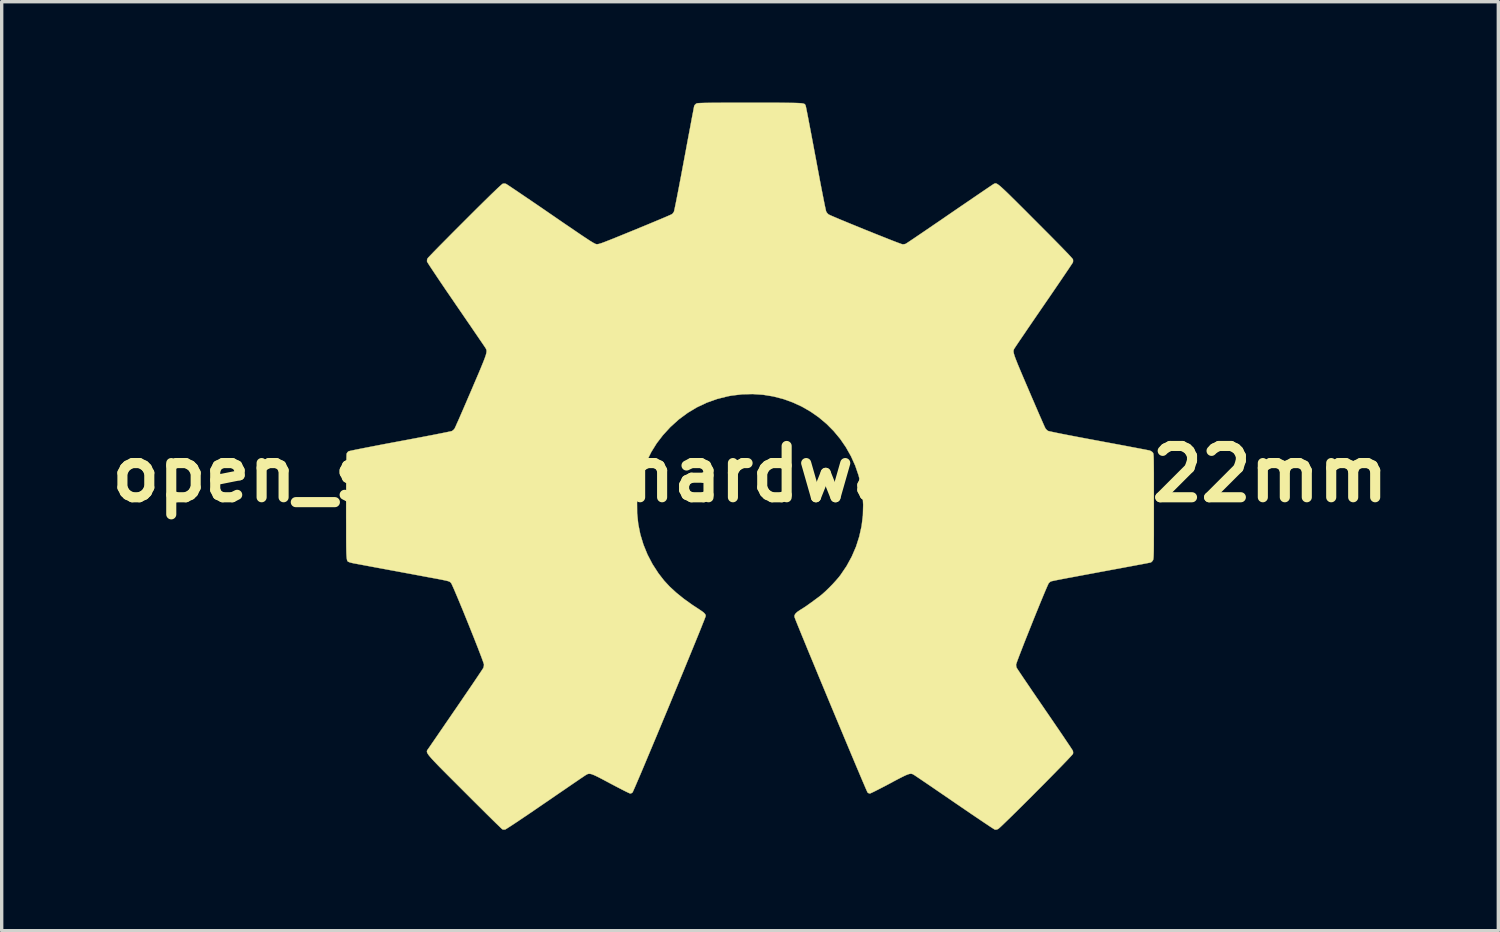
<source format=kicad_pcb>
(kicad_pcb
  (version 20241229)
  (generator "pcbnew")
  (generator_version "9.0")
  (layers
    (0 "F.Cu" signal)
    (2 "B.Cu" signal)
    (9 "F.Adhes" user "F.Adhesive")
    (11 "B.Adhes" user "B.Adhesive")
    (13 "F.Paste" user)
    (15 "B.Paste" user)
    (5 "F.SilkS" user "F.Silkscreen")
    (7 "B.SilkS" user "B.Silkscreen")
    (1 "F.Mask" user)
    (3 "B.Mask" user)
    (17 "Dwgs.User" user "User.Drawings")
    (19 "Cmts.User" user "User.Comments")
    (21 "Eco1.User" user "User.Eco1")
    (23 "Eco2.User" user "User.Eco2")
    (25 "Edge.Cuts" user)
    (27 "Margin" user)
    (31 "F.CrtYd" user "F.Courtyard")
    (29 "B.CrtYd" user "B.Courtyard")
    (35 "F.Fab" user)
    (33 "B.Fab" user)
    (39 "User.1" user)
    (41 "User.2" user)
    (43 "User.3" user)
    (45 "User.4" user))
  (footprint "open_source_hardware_30x22mm"
    (layer "F.Cu")
    (at 19.239 11.038)
    (property "Reference" "open_source_hardware_30x22mm" (at 0 0 0) (layer "F.SilkS") (effects (font (size 1.524 1.524) (thickness 0.3))))
    (attr through_hole)
    (fp_poly (pts (xy 0.695 -11.033) (xy 0.873 -11.033) (xy 1.026 -11.032) (xy 1.156 -11.031) (xy 1.266 -11.03) (xy 1.358 -11.028) (xy 1.432 -11.025) (xy 1.491 -11.022) (xy 1.538 -11.018) (xy 1.573 -11.012) (xy 1.598 -11.006) (xy 1.616 -10.999) (xy 1.628 -10.991) (xy 1.636 -10.981) (xy 1.643 -10.97) (xy 1.649 -10.958) (xy 1.651 -10.954) (xy 1.656 -10.934) (xy 1.667 -10.885) (xy 1.682 -10.81) (xy 1.702 -10.71) (xy 1.726 -10.587) (xy 1.753 -10.444) (xy 1.784 -10.282) (xy 1.818 -10.104) (xy 1.854 -9.913) (xy 1.892 -9.71) (xy 1.932 -9.497) (xy 1.953 -9.387) (xy 1.997 -9.15) (xy 2.039 -8.927) (xy 2.078 -8.718) (xy 2.115 -8.526) (xy 2.149 -8.352) (xy 2.179 -8.199) (xy 2.205 -8.067) (xy 2.227 -7.96) (xy 2.245 -7.878) (xy 2.257 -7.823) (xy 2.265 -7.798) (xy 2.265 -7.797) (xy 2.295 -7.753) (xy 2.331 -7.718) (xy 2.333 -7.717) (xy 2.358 -7.704) (xy 2.409 -7.68) (xy 2.484 -7.648) (xy 2.578 -7.608) (xy 2.691 -7.56) (xy 2.818 -7.508) (xy 2.957 -7.45) (xy 3.105 -7.39) (xy 3.258 -7.327) (xy 3.415 -7.263) (xy 3.573 -7.2) (xy 3.728 -7.137) (xy 3.877 -7.078) (xy 4.018 -7.022) (xy 4.148 -6.97) (xy 4.264 -6.925) (xy 4.363 -6.887) (xy 4.443 -6.857) (xy 4.5 -6.837) (xy 4.531 -6.827) (xy 4.535 -6.826) (xy 4.585 -6.831) (xy 4.623 -6.84) (xy 4.641 -6.851) (xy 4.684 -6.879) (xy 4.749 -6.922) (xy 4.834 -6.979) (xy 4.939 -7.05) (xy 5.06 -7.132) (xy 5.197 -7.225) (xy 5.346 -7.327) (xy 5.507 -7.437) (xy 5.678 -7.553) (xy 5.856 -7.676) (xy 5.938 -7.732) (xy 6.119 -7.856) (xy 6.293 -7.975) (xy 6.459 -8.088) (xy 6.614 -8.194) (xy 6.756 -8.291) (xy 6.884 -8.378) (xy 6.996 -8.454) (xy 7.09 -8.518) (xy 7.164 -8.568) (xy 7.216 -8.603) (xy 7.245 -8.621) (xy 7.25 -8.624) (xy 7.265 -8.631) (xy 7.279 -8.636) (xy 7.295 -8.638) (xy 7.312 -8.636) (xy 7.333 -8.628) (xy 7.358 -8.613) (xy 7.39 -8.59) (xy 7.43 -8.559) (xy 7.478 -8.516) (xy 7.537 -8.462) (xy 7.608 -8.395) (xy 7.692 -8.314) (xy 7.79 -8.217) (xy 7.905 -8.104) (xy 8.036 -7.973) (xy 8.187 -7.823) (xy 8.357 -7.652) (xy 8.488 -7.521) (xy 8.69 -7.318) (xy 8.87 -7.138) (xy 9.028 -6.978) (xy 9.166 -6.838) (xy 9.283 -6.718) (xy 9.381 -6.617) (xy 9.46 -6.535) (xy 9.52 -6.47) (xy 9.563 -6.422) (xy 9.589 -6.391) (xy 9.598 -6.376) (xy 9.601 -6.328) (xy 9.595 -6.292) (xy 9.584 -6.273) (xy 9.556 -6.231) (xy 9.513 -6.166) (xy 9.456 -6.08) (xy 9.385 -5.976) (xy 9.303 -5.855) (xy 9.211 -5.719) (xy 9.109 -5.57) (xy 9 -5.41) (xy 8.884 -5.24) (xy 8.762 -5.063) (xy 8.723 -5.006) (xy 8.6 -4.827) (xy 8.482 -4.655) (xy 8.37 -4.491) (xy 8.265 -4.338) (xy 8.17 -4.197) (xy 8.084 -4.071) (xy 8.009 -3.961) (xy 7.947 -3.869) (xy 7.899 -3.797) (xy 7.866 -3.747) (xy 7.849 -3.72) (xy 7.847 -3.717) (xy 7.839 -3.698) (xy 7.833 -3.679) (xy 7.83 -3.657) (xy 7.831 -3.631) (xy 7.836 -3.598) (xy 7.847 -3.557) (xy 7.863 -3.506) (xy 7.886 -3.441) (xy 7.917 -3.362) (xy 7.955 -3.266) (xy 8.003 -3.151) (xy 8.06 -3.015) (xy 8.128 -2.855) (xy 8.207 -2.671) (xy 8.288 -2.482) (xy 8.363 -2.306) (xy 8.436 -2.138) (xy 8.504 -1.98) (xy 8.567 -1.834) (xy 8.624 -1.703) (xy 8.674 -1.59) (xy 8.715 -1.496) (xy 8.747 -1.424) (xy 8.769 -1.377) (xy 8.779 -1.357) (xy 8.813 -1.316) (xy 8.853 -1.283) (xy 8.876 -1.276) (xy 8.93 -1.263) (xy 9.011 -1.246) (xy 9.12 -1.223) (xy 9.254 -1.196) (xy 9.413 -1.165) (xy 9.595 -1.13) (xy 9.798 -1.091) (xy 10.022 -1.049) (xy 10.264 -1.004) (xy 10.366 -0.985) (xy 10.579 -0.945) (xy 10.783 -0.907) (xy 10.977 -0.871) (xy 11.159 -0.837) (xy 11.325 -0.805) (xy 11.474 -0.777) (xy 11.604 -0.752) (xy 11.712 -0.732) (xy 11.796 -0.715) (xy 11.854 -0.704) (xy 11.884 -0.697) (xy 11.886 -0.696) (xy 11.933 -0.672) (xy 11.97 -0.64) (xy 11.975 -0.632) (xy 11.979 -0.624) (xy 11.984 -0.612) (xy 11.987 -0.594) (xy 11.99 -0.57) (xy 11.993 -0.536) (xy 11.995 -0.491) (xy 11.997 -0.434) (xy 11.998 -0.362) (xy 11.999 -0.273) (xy 12 -0.165) (xy 12.001 -0.037) (xy 12.001 0.114) (xy 12.001 0.288) (xy 12.001 0.489) (xy 12.001 0.718) (xy 12.001 0.959) (xy 12.001 1.216) (xy 12.001 1.443) (xy 12.001 1.642) (xy 12.001 1.816) (xy 12 1.965) (xy 12 2.092) (xy 11.999 2.198) (xy 11.998 2.287) (xy 11.996 2.359) (xy 11.994 2.416) (xy 11.992 2.461) (xy 11.989 2.494) (xy 11.986 2.519) (xy 11.983 2.538) (xy 11.979 2.551) (xy 11.974 2.561) (xy 11.971 2.566) (xy 11.943 2.602) (xy 11.915 2.624) (xy 11.911 2.625) (xy 11.888 2.631) (xy 11.838 2.641) (xy 11.767 2.655) (xy 11.679 2.672) (xy 11.581 2.69) (xy 11.541 2.697) (xy 11.443 2.716) (xy 11.319 2.739) (xy 11.178 2.765) (xy 11.025 2.794) (xy 10.867 2.823) (xy 10.71 2.852) (xy 10.604 2.872) (xy 10.441 2.902) (xy 10.26 2.936) (xy 10.072 2.971) (xy 9.884 3.006) (xy 9.707 3.039) (xy 9.548 3.069) (xy 9.486 3.08) (xy 9.36 3.104) (xy 9.244 3.126) (xy 9.141 3.146) (xy 9.055 3.164) (xy 8.99 3.178) (xy 8.95 3.187) (xy 8.938 3.191) (xy 8.91 3.211) (xy 8.879 3.241) (xy 8.867 3.262) (xy 8.845 3.31) (xy 8.813 3.382) (xy 8.773 3.475) (xy 8.726 3.587) (xy 8.673 3.715) (xy 8.615 3.855) (xy 8.554 4.006) (xy 8.489 4.165) (xy 8.423 4.328) (xy 8.357 4.494) (xy 8.291 4.659) (xy 8.227 4.82) (xy 8.165 4.975) (xy 8.108 5.122) (xy 8.056 5.256) (xy 8.009 5.377) (xy 7.97 5.48) (xy 7.939 5.563) (xy 7.918 5.624) (xy 7.907 5.659) (xy 7.906 5.666) (xy 7.911 5.715) (xy 7.92 5.751) (xy 7.931 5.769) (xy 7.959 5.812) (xy 8.002 5.877) (xy 8.059 5.962) (xy 8.129 6.066) (xy 8.211 6.187) (xy 8.303 6.322) (xy 8.403 6.47) (xy 8.512 6.629) (xy 8.627 6.797) (xy 8.747 6.972) (xy 8.756 6.986) (xy 8.877 7.162) (xy 8.992 7.33) (xy 9.101 7.49) (xy 9.203 7.639) (xy 9.296 7.776) (xy 9.378 7.898) (xy 9.449 8.004) (xy 9.508 8.091) (xy 9.552 8.158) (xy 9.581 8.203) (xy 9.594 8.224) (xy 9.594 8.224) (xy 9.602 8.271) (xy 9.598 8.312) (xy 9.585 8.33) (xy 9.552 8.368) (xy 9.499 8.425) (xy 9.43 8.499) (xy 9.345 8.587) (xy 9.248 8.688) (xy 9.138 8.8) (xy 9.02 8.921) (xy 8.894 9.049) (xy 8.762 9.183) (xy 8.626 9.32) (xy 8.488 9.458) (xy 8.351 9.597) (xy 8.215 9.732) (xy 8.082 9.864) (xy 7.955 9.99) (xy 7.836 10.107) (xy 7.726 10.215) (xy 7.627 10.311) (xy 7.541 10.394) (xy 7.471 10.461) (xy 7.417 10.511) (xy 7.381 10.541) (xy 7.369 10.55) (xy 7.319 10.566) (xy 7.277 10.566) (xy 7.258 10.555) (xy 7.215 10.528) (xy 7.15 10.486) (xy 7.065 10.429) (xy 6.961 10.36) (xy 6.841 10.279) (xy 6.706 10.188) (xy 6.558 10.088) (xy 6.4 9.98) (xy 6.233 9.866) (xy 6.069 9.754) (xy 5.896 9.635) (xy 5.729 9.521) (xy 5.571 9.413) (xy 5.424 9.312) (xy 5.289 9.22) (xy 5.169 9.139) (xy 5.065 9.068) (xy 4.98 9.011) (xy 4.916 8.968) (xy 4.874 8.94) (xy 4.856 8.929) (xy 4.83 8.916) (xy 4.804 8.908) (xy 4.777 8.906) (xy 4.743 8.91) (xy 4.702 8.921) (xy 4.65 8.941) (xy 4.584 8.971) (xy 4.501 9.012) (xy 4.398 9.065) (xy 4.273 9.131) (xy 4.145 9.2) (xy 4.023 9.265) (xy 3.908 9.324) (xy 3.804 9.378) (xy 3.715 9.423) (xy 3.643 9.458) (xy 3.591 9.482) (xy 3.564 9.493) (xy 3.561 9.493) (xy 3.524 9.483) (xy 3.495 9.465) (xy 3.487 9.449) (xy 3.467 9.405) (xy 3.436 9.335) (xy 3.396 9.241) (xy 3.346 9.125) (xy 3.288 8.988) (xy 3.223 8.834) (xy 3.15 8.662) (xy 3.072 8.476) (xy 2.988 8.276) (xy 2.9 8.066) (xy 2.808 7.846) (xy 2.713 7.618) (xy 2.615 7.384) (xy 2.516 7.147) (xy 2.416 6.907) (xy 2.316 6.667) (xy 2.217 6.428) (xy 2.119 6.193) (xy 2.023 5.962) (xy 1.931 5.738) (xy 1.842 5.523) (xy 1.757 5.319) (xy 1.678 5.127) (xy 1.605 4.948) (xy 1.538 4.786) (xy 1.479 4.641) (xy 1.428 4.516) (xy 1.386 4.413) (xy 1.354 4.332) (xy 1.333 4.276) (xy 1.322 4.247) (xy 1.322 4.245) (xy 1.323 4.198) (xy 1.349 4.151) (xy 1.401 4.1) (xy 1.481 4.045) (xy 1.504 4.031) (xy 1.556 3.999) (xy 1.61 3.964) (xy 1.669 3.925) (xy 1.736 3.877) (xy 1.817 3.819) (xy 1.914 3.748) (xy 2.032 3.661) (xy 2.064 3.637) (xy 2.148 3.569) (xy 2.245 3.482) (xy 2.348 3.382) (xy 2.452 3.276) (xy 2.55 3.169) (xy 2.637 3.068) (xy 2.687 3.004) (xy 2.869 2.736) (xy 3.023 2.454) (xy 3.15 2.16) (xy 3.247 1.856) (xy 3.316 1.546) (xy 3.355 1.23) (xy 3.363 0.912) (xy 3.349 0.673) (xy 3.302 0.353) (xy 3.228 0.044) (xy 3.127 -0.251) (xy 3 -0.532) (xy 2.85 -0.798) (xy 2.679 -1.047) (xy 2.486 -1.279) (xy 2.275 -1.491) (xy 2.046 -1.684) (xy 1.801 -1.855) (xy 1.541 -2.005) (xy 1.269 -2.13) (xy 0.985 -2.232) (xy 0.691 -2.308) (xy 0.389 -2.357) (xy 0.081 -2.378) (xy -0.233 -2.37) (xy -0.551 -2.332) (xy -0.667 -2.31) (xy -0.984 -2.23) (xy -1.288 -2.121) (xy -1.578 -1.984) (xy -1.854 -1.818) (xy -2.115 -1.625) (xy -2.36 -1.404) (xy -2.374 -1.39) (xy -2.589 -1.155) (xy -2.776 -0.911) (xy -2.936 -0.653) (xy -3.071 -0.378) (xy -3.183 -0.087) (xy -3.272 0.225) (xy -3.33 0.54) (xy -3.358 0.856) (xy -3.355 1.171) (xy -3.322 1.485) (xy -3.26 1.794) (xy -3.168 2.096) (xy -3.048 2.391) (xy -2.899 2.676) (xy -2.723 2.948) (xy -2.553 3.167) (xy -2.389 3.344) (xy -2.195 3.523) (xy -1.971 3.704) (xy -1.716 3.887) (xy -1.551 3.995) (xy -1.464 4.053) (xy -1.4 4.098) (xy -1.358 4.135) (xy -1.332 4.166) (xy -1.32 4.195) (xy -1.318 4.218) (xy -1.324 4.238) (xy -1.341 4.285) (xy -1.369 4.358) (xy -1.408 4.455) (xy -1.455 4.574) (xy -1.511 4.713) (xy -1.575 4.87) (xy -1.646 5.044) (xy -1.723 5.232) (xy -1.806 5.434) (xy -1.893 5.646) (xy -1.984 5.868) (xy -2.079 6.097) (xy -2.176 6.332) (xy -2.275 6.571) (xy -2.374 6.812) (xy -2.474 7.053) (xy -2.574 7.292) (xy -2.672 7.528) (xy -2.768 7.759) (xy -2.862 7.983) (xy -2.952 8.198) (xy -3.038 8.402) (xy -3.118 8.594) (xy -3.193 8.772) (xy -3.261 8.933) (xy -3.323 9.077) (xy -3.376 9.201) (xy -3.42 9.303) (xy -3.455 9.382) (xy -3.479 9.436) (xy -3.493 9.463) (xy -3.494 9.465) (xy -3.531 9.487) (xy -3.56 9.493) (xy -3.58 9.486) (xy -3.626 9.465) (xy -3.693 9.433) (xy -3.778 9.39) (xy -3.878 9.338) (xy -3.99 9.28) (xy -4.111 9.216) (xy -4.142 9.2) (xy -4.29 9.121) (xy -4.412 9.056) (xy -4.513 9.004) (xy -4.595 8.964) (xy -4.66 8.936) (xy -4.712 8.917) (xy -4.754 8.908) (xy -4.789 8.907) (xy -4.819 8.913) (xy -4.848 8.925) (xy -4.878 8.943) (xy -4.895 8.954) (xy -4.92 8.97) (xy -4.968 9.003) (xy -5.039 9.05) (xy -5.129 9.112) (xy -5.238 9.186) (xy -5.362 9.271) (xy -5.5 9.366) (xy -5.65 9.468) (xy -5.81 9.578) (xy -5.977 9.693) (xy -6.104 9.779) (xy -6.276 9.897) (xy -6.441 10.01) (xy -6.597 10.116) (xy -6.741 10.213) (xy -6.873 10.302) (xy -6.99 10.38) (xy -7.09 10.446) (xy -7.171 10.498) (xy -7.232 10.537) (xy -7.269 10.559) (xy -7.281 10.565) (xy -7.326 10.565) (xy -7.358 10.558) (xy -7.374 10.545) (xy -7.41 10.511) (xy -7.465 10.457) (xy -7.539 10.386) (xy -7.628 10.299) (xy -7.732 10.196) (xy -7.849 10.081) (xy -7.977 9.953) (xy -8.115 9.816) (xy -8.262 9.67) (xy -8.415 9.517) (xy -8.49 9.442) (xy -8.676 9.256) (xy -8.842 9.09) (xy -8.987 8.945) (xy -9.114 8.817) (xy -9.223 8.707) (xy -9.315 8.612) (xy -9.392 8.531) (xy -9.455 8.463) (xy -9.505 8.406) (xy -9.544 8.359) (xy -9.571 8.321) (xy -9.59 8.289) (xy -9.599 8.263) (xy -9.602 8.242) (xy -9.599 8.223) (xy -9.591 8.205) (xy -9.579 8.188) (xy -9.565 8.168) (xy -9.553 8.152) (xy -9.536 8.127) (xy -9.502 8.078) (xy -9.454 8.007) (xy -9.391 7.916) (xy -9.316 7.807) (xy -9.231 7.682) (xy -9.135 7.543) (xy -9.032 7.392) (xy -8.922 7.232) (xy -8.807 7.064) (xy -8.718 6.935) (xy -8.601 6.764) (xy -8.489 6.599) (xy -8.383 6.444) (xy -8.284 6.299) (xy -8.195 6.167) (xy -8.116 6.05) (xy -8.049 5.95) (xy -7.994 5.868) (xy -7.954 5.807) (xy -7.929 5.768) (xy -7.922 5.755) (xy -7.91 5.707) (xy -7.906 5.662) (xy -7.912 5.637) (xy -7.929 5.585) (xy -7.956 5.51) (xy -7.992 5.413) (xy -8.036 5.299) (xy -8.086 5.168) (xy -8.142 5.026) (xy -8.202 4.873) (xy -8.266 4.713) (xy -8.332 4.548) (xy -8.399 4.382) (xy -8.466 4.217) (xy -8.531 4.056) (xy -8.595 3.902) (xy -8.655 3.757) (xy -8.711 3.624) (xy -8.761 3.506) (xy -8.804 3.406) (xy -8.84 3.326) (xy -8.866 3.269) (xy -8.883 3.239) (xy -8.885 3.235) (xy -8.899 3.222) (xy -8.912 3.21) (xy -8.928 3.199) (xy -8.951 3.189) (xy -8.983 3.179) (xy -9.026 3.168) (xy -9.085 3.155) (xy -9.162 3.139) (xy -9.26 3.12) (xy -9.382 3.097) (xy -9.531 3.07) (xy -9.596 3.058) (xy -9.712 3.036) (xy -9.846 3.011) (xy -9.996 2.983) (xy -10.157 2.953) (xy -10.326 2.922) (xy -10.501 2.889) (xy -10.677 2.857) (xy -10.852 2.824) (xy -11.021 2.793) (xy -11.182 2.763) (xy -11.332 2.735) (xy -11.466 2.71) (xy -11.582 2.688) (xy -11.676 2.671) (xy -11.745 2.658) (xy -11.779 2.652) (xy -11.837 2.639) (xy -11.89 2.625) (xy -11.911 2.617) (xy -11.926 2.611) (xy -11.939 2.606) (xy -11.95 2.599) (xy -11.96 2.588) (xy -11.969 2.572) (xy -11.976 2.549) (xy -11.982 2.516) (xy -11.987 2.473) (xy -11.991 2.416) (xy -11.995 2.345) (xy -11.997 2.258) (xy -11.999 2.152) (xy -12 2.026) (xy -12.001 1.877) (xy -12.001 1.705) (xy -12.001 1.507) (xy -12.002 1.281) (xy -12.002 1.026) (xy -12.002 0.97) (xy -12.001 0.712) (xy -12.001 0.473) (xy -12 0.254) (xy -11.999 0.057) (xy -11.998 -0.118) (xy -11.996 -0.268) (xy -11.994 -0.393) (xy -11.992 -0.491) (xy -11.99 -0.56) (xy -11.988 -0.6) (xy -11.986 -0.609) (xy -11.961 -0.649) (xy -11.934 -0.674) (xy -11.912 -0.681) (xy -11.861 -0.693) (xy -11.782 -0.71) (xy -11.676 -0.732) (xy -11.545 -0.758) (xy -11.391 -0.788) (xy -11.216 -0.822) (xy -11.02 -0.86) (xy -10.806 -0.901) (xy -10.575 -0.944) (xy -10.399 -0.977) (xy -10.185 -1.017) (xy -9.979 -1.056) (xy -9.783 -1.093) (xy -9.6 -1.128) (xy -9.432 -1.16) (xy -9.281 -1.19) (xy -9.15 -1.216) (xy -9.04 -1.238) (xy -8.954 -1.256) (xy -8.893 -1.269) (xy -8.862 -1.277) (xy -8.858 -1.278) (xy -8.816 -1.309) (xy -8.783 -1.345) (xy -8.772 -1.367) (xy -8.749 -1.415) (xy -8.717 -1.488) (xy -8.674 -1.582) (xy -8.624 -1.697) (xy -8.567 -1.828) (xy -8.503 -1.975) (xy -8.434 -2.134) (xy -8.362 -2.303) (xy -8.289 -2.471) (xy -8.199 -2.683) (xy -8.12 -2.867) (xy -8.052 -3.026) (xy -7.995 -3.163) (xy -7.948 -3.278) (xy -7.909 -3.375) (xy -7.879 -3.455) (xy -7.856 -3.52) (xy -7.841 -3.573) (xy -7.832 -3.615) (xy -7.829 -3.649) (xy -7.83 -3.677) (xy -7.836 -3.7) (xy -7.846 -3.722) (xy -7.858 -3.743) (xy -7.871 -3.764) (xy -7.887 -3.787) (xy -7.919 -3.835) (xy -7.966 -3.904) (xy -8.028 -3.994) (xy -8.102 -4.103) (xy -8.187 -4.227) (xy -8.282 -4.367) (xy -8.386 -4.518) (xy -8.497 -4.68) (xy -8.614 -4.851) (xy -8.736 -5.028) (xy -8.753 -5.054) (xy -8.874 -5.231) (xy -8.991 -5.401) (xy -9.101 -5.563) (xy -9.203 -5.714) (xy -9.296 -5.852) (xy -9.379 -5.977) (xy -9.451 -6.085) (xy -9.51 -6.174) (xy -9.555 -6.244) (xy -9.585 -6.292) (xy -9.598 -6.315) (xy -9.599 -6.317) (xy -9.597 -6.368) (xy -9.583 -6.407) (xy -9.569 -6.425) (xy -9.533 -6.463) (xy -9.478 -6.521) (xy -9.406 -6.596) (xy -9.317 -6.687) (xy -9.214 -6.792) (xy -9.097 -6.91) (xy -8.969 -7.039) (xy -8.832 -7.178) (xy -8.686 -7.324) (xy -8.533 -7.477) (xy -8.474 -7.536) (xy -8.275 -7.735) (xy -8.097 -7.912) (xy -7.94 -8.067) (xy -7.802 -8.202) (xy -7.685 -8.317) (xy -7.585 -8.413) (xy -7.504 -8.491) (xy -7.44 -8.55) (xy -7.392 -8.593) (xy -7.361 -8.619) (xy -7.344 -8.629) (xy -7.343 -8.63) (xy -7.294 -8.633) (xy -7.255 -8.625) (xy -7.236 -8.614) (xy -7.193 -8.586) (xy -7.128 -8.543) (xy -7.042 -8.485) (xy -6.937 -8.415) (xy -6.815 -8.332) (xy -6.678 -8.239) (xy -6.527 -8.137) (xy -6.366 -8.027) (xy -6.194 -7.91) (xy -6.015 -7.787) (xy -5.922 -7.723) (xy -5.708 -7.576) (xy -5.519 -7.446) (xy -5.352 -7.333) (xy -5.207 -7.234) (xy -5.081 -7.148) (xy -4.974 -7.076) (xy -4.884 -7.016) (xy -4.808 -6.966) (xy -4.746 -6.926) (xy -4.695 -6.895) (xy -4.655 -6.871) (xy -4.623 -6.854) (xy -4.599 -6.842) (xy -4.58 -6.835) (xy -4.565 -6.831) (xy -4.558 -6.83) (xy -4.542 -6.83) (xy -4.523 -6.832) (xy -4.498 -6.837) (xy -4.465 -6.846) (xy -4.423 -6.859) (xy -4.369 -6.878) (xy -4.301 -6.904) (xy -4.217 -6.937) (xy -4.115 -6.977) (xy -3.993 -7.026) (xy -3.848 -7.085) (xy -3.679 -7.154) (xy -3.483 -7.234) (xy -3.413 -7.262) (xy -3.238 -7.335) (xy -3.07 -7.404) (xy -2.914 -7.469) (xy -2.77 -7.529) (xy -2.641 -7.583) (xy -2.53 -7.63) (xy -2.44 -7.669) (xy -2.371 -7.699) (xy -2.328 -7.72) (xy -2.312 -7.728) (xy -2.283 -7.763) (xy -2.26 -7.798) (xy -2.254 -7.82) (xy -2.243 -7.871) (xy -2.227 -7.948) (xy -2.206 -8.05) (xy -2.181 -8.175) (xy -2.153 -8.319) (xy -2.121 -8.482) (xy -2.087 -8.661) (xy -2.05 -8.854) (xy -2.012 -9.058) (xy -1.972 -9.271) (xy -1.952 -9.378) (xy -1.911 -9.595) (xy -1.873 -9.803) (xy -1.836 -10) (xy -1.801 -10.185) (xy -1.769 -10.355) (xy -1.741 -10.507) (xy -1.716 -10.64) (xy -1.694 -10.752) (xy -1.678 -10.839) (xy -1.666 -10.901) (xy -1.659 -10.936) (xy -1.658 -10.941) (xy -1.64 -10.97) (xy -1.608 -11.001) (xy -1.601 -11.006) (xy -1.592 -11.011) (xy -1.58 -11.015) (xy -1.563 -11.019) (xy -1.539 -11.022) (xy -1.506 -11.024) (xy -1.462 -11.026) (xy -1.405 -11.028) (xy -1.333 -11.03) (xy -1.245 -11.031) (xy -1.138 -11.032) (xy -1.011 -11.032) (xy -0.862 -11.033) (xy -0.688 -11.033) (xy -0.489 -11.033) (xy -0.261 -11.033) (xy -0.004 -11.033) (xy -0.001 -11.033) (xy 0.26 -11.033) (xy 0.492 -11.033) (xy 0.695 -11.033)) (stroke (width 0.01) (type solid)) (fill yes) (layer "F.SilkS")))
  (gr_rect
    (start -3 -3)
    (end 41.477 24.609)
    (stroke (width 0.1) (type default))
    (fill no)
    (layer "Edge.Cuts")))
</source>
